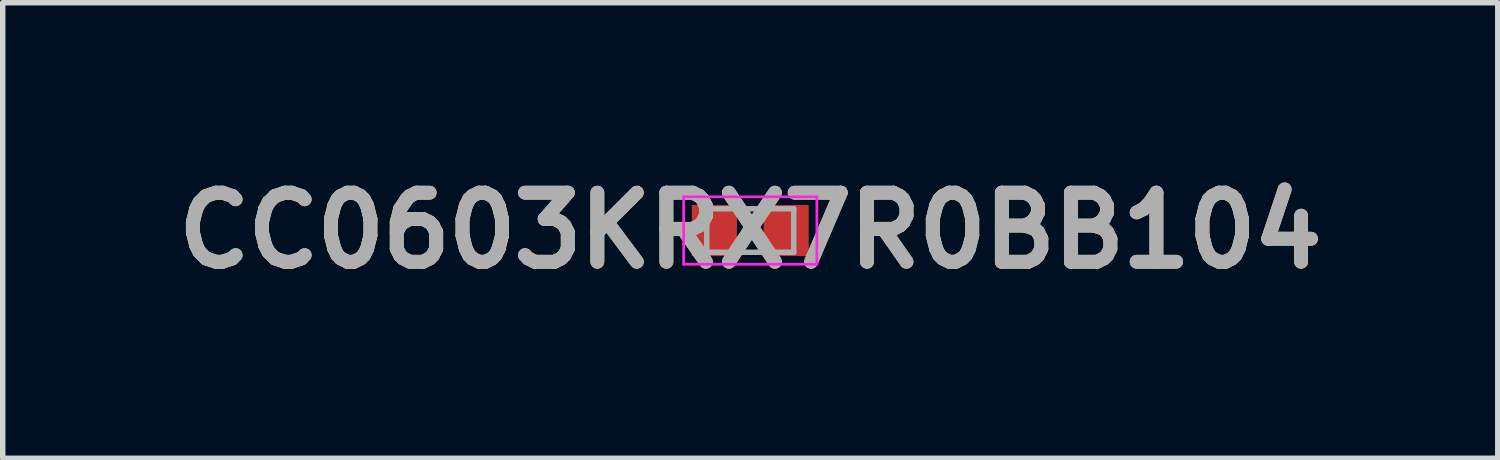
<source format=kicad_pcb>
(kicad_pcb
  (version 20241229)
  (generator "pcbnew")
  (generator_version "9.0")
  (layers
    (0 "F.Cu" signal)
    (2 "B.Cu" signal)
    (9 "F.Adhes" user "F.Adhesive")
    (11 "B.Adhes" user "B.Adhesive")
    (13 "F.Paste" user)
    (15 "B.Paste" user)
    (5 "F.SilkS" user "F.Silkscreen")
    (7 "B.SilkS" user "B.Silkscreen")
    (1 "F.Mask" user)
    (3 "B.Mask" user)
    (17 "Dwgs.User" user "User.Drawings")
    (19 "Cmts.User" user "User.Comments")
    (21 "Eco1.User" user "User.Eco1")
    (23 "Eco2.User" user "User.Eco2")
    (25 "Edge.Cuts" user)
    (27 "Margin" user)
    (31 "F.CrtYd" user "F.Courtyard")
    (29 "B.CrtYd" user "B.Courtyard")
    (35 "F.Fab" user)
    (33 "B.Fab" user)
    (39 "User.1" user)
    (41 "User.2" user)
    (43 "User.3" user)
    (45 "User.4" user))
  (footprint "CC0603KRX7R0BB104"
    (layer "F.Cu")
    (at 10.747 1.189)
    (property "Reference" "CC0603KRX7R0BB104" (at 0 0 0) (layer "F.SilkS") (effects (font (size 1.27 1.27) (thickness 0.254))))
    (attr smd)
    (fp_line (start -1.225 -0.62) (end 1.225 -0.62) (stroke (width 0.05) (type solid)) (layer "F.CrtYd"))
    (fp_line (start -1.225 0.62) (end -1.225 -0.62) (stroke (width 0.05) (type solid)) (layer "F.CrtYd"))
    (fp_line (start 1.225 -0.62) (end 1.225 0.62) (stroke (width 0.05) (type solid)) (layer "F.CrtYd"))
    (fp_line (start 1.225 0.62) (end -1.225 0.62) (stroke (width 0.05) (type solid)) (layer "F.CrtYd"))
    (fp_line (start -0.8 -0.4) (end 0.8 -0.4) (stroke (width 0.1) (type solid)) (layer "F.Fab"))
    (fp_line (start -0.8 0.4) (end -0.8 -0.4) (stroke (width 0.1) (type solid)) (layer "F.Fab"))
    (fp_line (start 0.8 -0.4) (end 0.8 0.4) (stroke (width 0.1) (type solid)) (layer "F.Fab"))
    (fp_line (start 0.8 0.4) (end -0.8 0.4) (stroke (width 0.1) (type solid)) (layer "F.Fab"))
    (fp_text user "${REFERENCE}" (at 0 0 0) (layer "F.Fab") (effects (font (size 1.27 1.27) (thickness 0.254))))
    (pad "1" smd rect (at -0.66 0) (size 0.83 0.94) (layers "F.Cu" "F.Mask" "F.Paste"))
    (pad "2" smd rect (at 0.66 0) (size 0.83 0.94) (layers "F.Cu" "F.Mask" "F.Paste")))
  (gr_rect
    (start -3 -3)
    (end 24.493 5.377)
    (stroke (width 0.1) (type default))
    (fill no)
    (layer "Edge.Cuts")))
</source>
